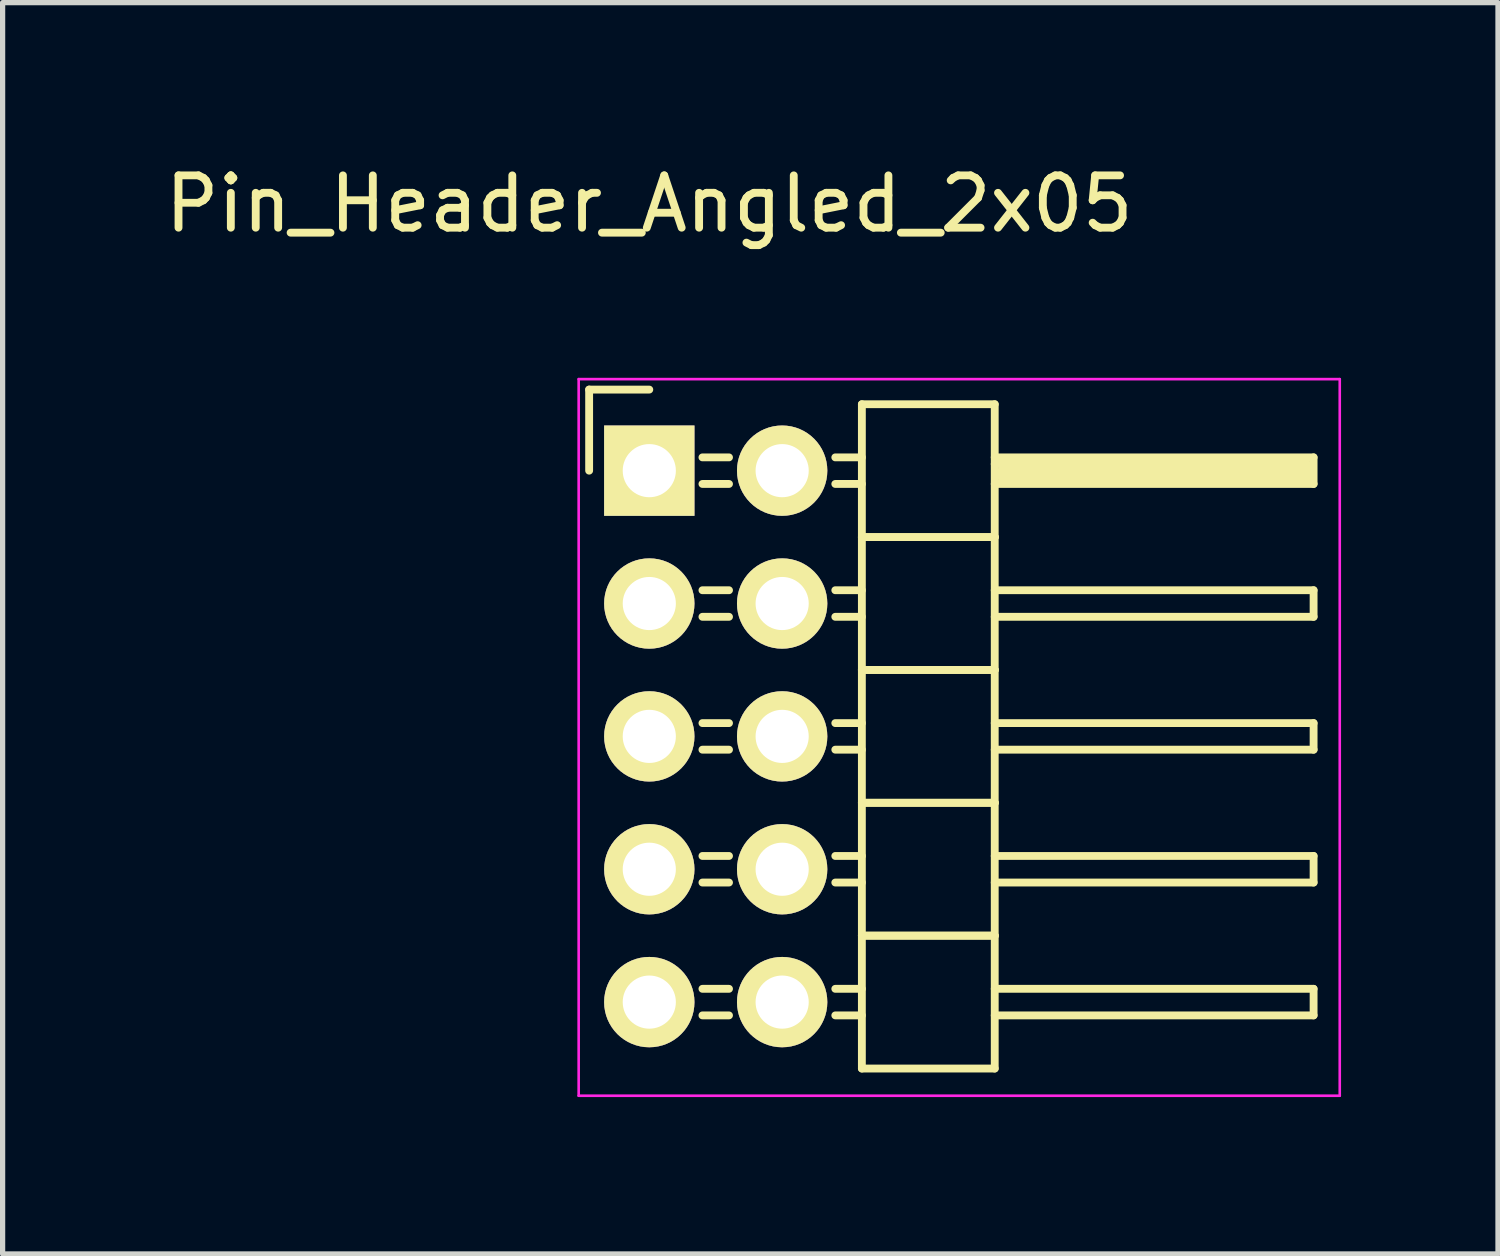
<source format=kicad_pcb>
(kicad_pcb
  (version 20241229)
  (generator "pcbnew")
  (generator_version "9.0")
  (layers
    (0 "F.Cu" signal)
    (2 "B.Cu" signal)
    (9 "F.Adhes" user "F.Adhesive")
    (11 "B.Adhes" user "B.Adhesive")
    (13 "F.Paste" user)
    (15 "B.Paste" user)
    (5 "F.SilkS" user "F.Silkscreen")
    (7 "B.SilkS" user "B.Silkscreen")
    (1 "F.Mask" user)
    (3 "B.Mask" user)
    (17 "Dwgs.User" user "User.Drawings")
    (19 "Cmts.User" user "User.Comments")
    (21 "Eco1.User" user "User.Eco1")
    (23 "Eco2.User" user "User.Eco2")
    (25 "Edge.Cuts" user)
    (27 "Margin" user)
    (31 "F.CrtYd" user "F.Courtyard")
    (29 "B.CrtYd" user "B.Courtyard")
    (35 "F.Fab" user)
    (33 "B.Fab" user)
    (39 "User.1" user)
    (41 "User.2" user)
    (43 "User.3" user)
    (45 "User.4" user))
  (footprint "Pin_Header_Angled_2x05"
    (layer "F.Cu")
    (at 9.363 5.948)
    (property "Reference" "Pin_Header_Angled_2x05" (at 0 -5.1 0) (layer "F.SilkS") (effects (font (size 1 1) (thickness 0.15))))
    (attr through_hole)
    (fp_line (start -1.15 -1.55) (end -1.15 0) (stroke (width 0.15) (type solid)) (layer "F.SilkS"))
    (fp_line (start 0 -1.55) (end -1.15 -1.55) (stroke (width 0.15) (type solid)) (layer "F.SilkS"))
    (fp_line (start 1.524 -0.254) (end 1.016 -0.254) (stroke (width 0.15) (type solid)) (layer "F.SilkS"))
    (fp_line (start 1.524 0.254) (end 1.016 0.254) (stroke (width 0.15) (type solid)) (layer "F.SilkS"))
    (fp_line (start 1.524 2.286) (end 1.016 2.286) (stroke (width 0.15) (type solid)) (layer "F.SilkS"))
    (fp_line (start 1.524 2.794) (end 1.016 2.794) (stroke (width 0.15) (type solid)) (layer "F.SilkS"))
    (fp_line (start 1.524 4.826) (end 1.016 4.826) (stroke (width 0.15) (type solid)) (layer "F.SilkS"))
    (fp_line (start 1.524 5.334) (end 1.016 5.334) (stroke (width 0.15) (type solid)) (layer "F.SilkS"))
    (fp_line (start 1.524 7.366) (end 1.016 7.366) (stroke (width 0.15) (type solid)) (layer "F.SilkS"))
    (fp_line (start 1.524 7.874) (end 1.016 7.874) (stroke (width 0.15) (type solid)) (layer "F.SilkS"))
    (fp_line (start 1.524 9.906) (end 1.016 9.906) (stroke (width 0.15) (type solid)) (layer "F.SilkS"))
    (fp_line (start 1.524 10.414) (end 1.016 10.414) (stroke (width 0.15) (type solid)) (layer "F.SilkS"))
    (fp_line (start 4.064 -1.27) (end 4.064 1.27) (stroke (width 0.15) (type solid)) (layer "F.SilkS"))
    (fp_line (start 4.064 -1.27) (end 6.604 -1.27) (stroke (width 0.15) (type solid)) (layer "F.SilkS"))
    (fp_line (start 4.064 -0.254) (end 3.556 -0.254) (stroke (width 0.15) (type solid)) (layer "F.SilkS"))
    (fp_line (start 4.064 0.254) (end 3.556 0.254) (stroke (width 0.15) (type solid)) (layer "F.SilkS"))
    (fp_line (start 4.064 1.27) (end 4.064 3.81) (stroke (width 0.15) (type solid)) (layer "F.SilkS"))
    (fp_line (start 4.064 1.27) (end 6.604 1.27) (stroke (width 0.15) (type solid)) (layer "F.SilkS"))
    (fp_line (start 4.064 1.27) (end 6.604 1.27) (stroke (width 0.15) (type solid)) (layer "F.SilkS"))
    (fp_line (start 4.064 2.286) (end 3.556 2.286) (stroke (width 0.15) (type solid)) (layer "F.SilkS"))
    (fp_line (start 4.064 2.794) (end 3.556 2.794) (stroke (width 0.15) (type solid)) (layer "F.SilkS"))
    (fp_line (start 4.064 3.81) (end 4.064 6.35) (stroke (width 0.15) (type solid)) (layer "F.SilkS"))
    (fp_line (start 4.064 3.81) (end 6.604 3.81) (stroke (width 0.15) (type solid)) (layer "F.SilkS"))
    (fp_line (start 4.064 3.81) (end 6.604 3.81) (stroke (width 0.15) (type solid)) (layer "F.SilkS"))
    (fp_line (start 4.064 4.826) (end 3.556 4.826) (stroke (width 0.15) (type solid)) (layer "F.SilkS"))
    (fp_line (start 4.064 5.334) (end 3.556 5.334) (stroke (width 0.15) (type solid)) (layer "F.SilkS"))
    (fp_line (start 4.064 6.35) (end 4.064 8.89) (stroke (width 0.15) (type solid)) (layer "F.SilkS"))
    (fp_line (start 4.064 6.35) (end 6.604 6.35) (stroke (width 0.15) (type solid)) (layer "F.SilkS"))
    (fp_line (start 4.064 6.35) (end 6.604 6.35) (stroke (width 0.15) (type solid)) (layer "F.SilkS"))
    (fp_line (start 4.064 7.366) (end 3.556 7.366) (stroke (width 0.15) (type solid)) (layer "F.SilkS"))
    (fp_line (start 4.064 7.874) (end 3.556 7.874) (stroke (width 0.15) (type solid)) (layer "F.SilkS"))
    (fp_line (start 4.064 8.89) (end 4.064 11.43) (stroke (width 0.15) (type solid)) (layer "F.SilkS"))
    (fp_line (start 4.064 8.89) (end 6.604 8.89) (stroke (width 0.15) (type solid)) (layer "F.SilkS"))
    (fp_line (start 4.064 8.89) (end 6.604 8.89) (stroke (width 0.15) (type solid)) (layer "F.SilkS"))
    (fp_line (start 4.064 9.906) (end 3.556 9.906) (stroke (width 0.15) (type solid)) (layer "F.SilkS"))
    (fp_line (start 4.064 10.414) (end 3.556 10.414) (stroke (width 0.15) (type solid)) (layer "F.SilkS"))
    (fp_line (start 4.064 11.43) (end 6.604 11.43) (stroke (width 0.15) (type solid)) (layer "F.SilkS"))
    (fp_line (start 6.604 -0.254) (end 12.7 -0.254) (stroke (width 0.15) (type solid)) (layer "F.SilkS"))
    (fp_line (start 6.604 -0.127) (end 12.573 -0.127) (stroke (width 0.15) (type solid)) (layer "F.SilkS"))
    (fp_line (start 6.604 1.27) (end 6.604 -1.27) (stroke (width 0.15) (type solid)) (layer "F.SilkS"))
    (fp_line (start 6.604 2.286) (end 12.7 2.286) (stroke (width 0.15) (type solid)) (layer "F.SilkS"))
    (fp_line (start 6.604 3.81) (end 6.604 1.27) (stroke (width 0.15) (type solid)) (layer "F.SilkS"))
    (fp_line (start 6.604 4.826) (end 12.7 4.826) (stroke (width 0.15) (type solid)) (layer "F.SilkS"))
    (fp_line (start 6.604 6.35) (end 6.604 3.81) (stroke (width 0.15) (type solid)) (layer "F.SilkS"))
    (fp_line (start 6.604 7.366) (end 12.7 7.366) (stroke (width 0.15) (type solid)) (layer "F.SilkS"))
    (fp_line (start 6.604 8.89) (end 6.604 6.35) (stroke (width 0.15) (type solid)) (layer "F.SilkS"))
    (fp_line (start 6.604 9.906) (end 12.7 9.906) (stroke (width 0.15) (type solid)) (layer "F.SilkS"))
    (fp_line (start 6.604 11.43) (end 6.604 8.89) (stroke (width 0.15) (type solid)) (layer "F.SilkS"))
    (fp_line (start 6.731 0) (end 12.573 0) (stroke (width 0.15) (type solid)) (layer "F.SilkS"))
    (fp_line (start 6.731 0.127) (end 6.731 0) (stroke (width 0.15) (type solid)) (layer "F.SilkS"))
    (fp_line (start 12.573 -0.127) (end 12.573 0.127) (stroke (width 0.15) (type solid)) (layer "F.SilkS"))
    (fp_line (start 12.573 0.127) (end 6.731 0.127) (stroke (width 0.15) (type solid)) (layer "F.SilkS"))
    (fp_line (start 12.7 -0.254) (end 12.7 0.254) (stroke (width 0.15) (type solid)) (layer "F.SilkS"))
    (fp_line (start 12.7 0.254) (end 6.604 0.254) (stroke (width 0.15) (type solid)) (layer "F.SilkS"))
    (fp_line (start 12.7 2.286) (end 12.7 2.794) (stroke (width 0.15) (type solid)) (layer "F.SilkS"))
    (fp_line (start 12.7 2.794) (end 6.604 2.794) (stroke (width 0.15) (type solid)) (layer "F.SilkS"))
    (fp_line (start 12.7 4.826) (end 12.7 5.334) (stroke (width 0.15) (type solid)) (layer "F.SilkS"))
    (fp_line (start 12.7 5.334) (end 6.604 5.334) (stroke (width 0.15) (type solid)) (layer "F.SilkS"))
    (fp_line (start 12.7 7.366) (end 12.7 7.874) (stroke (width 0.15) (type solid)) (layer "F.SilkS"))
    (fp_line (start 12.7 7.874) (end 6.604 7.874) (stroke (width 0.15) (type solid)) (layer "F.SilkS"))
    (fp_line (start 12.7 9.906) (end 12.7 10.414) (stroke (width 0.15) (type solid)) (layer "F.SilkS"))
    (fp_line (start 12.7 10.414) (end 6.604 10.414) (stroke (width 0.15) (type solid)) (layer "F.SilkS"))
    (fp_line (start -1.35 -1.75) (end -1.35 11.95) (stroke (width 0.05) (type solid)) (layer "F.CrtYd"))
    (fp_line (start -1.35 -1.75) (end 13.2 -1.75) (stroke (width 0.05) (type solid)) (layer "F.CrtYd"))
    (fp_line (start -1.35 11.95) (end 13.2 11.95) (stroke (width 0.05) (type solid)) (layer "F.CrtYd"))
    (fp_line (start 13.2 -1.75) (end 13.2 11.95) (stroke (width 0.05) (type solid)) (layer "F.CrtYd"))
    (pad "1" thru_hole rect (at 0 0) (size 1.727 1.727) (drill 1.016) (layers "*.Cu" "*.Mask" "F.SilkS"))
    (pad "2" thru_hole oval (at 2.54 0) (size 1.727 1.727) (drill 1.016) (layers "*.Cu" "*.Mask" "F.SilkS"))
    (pad "3" thru_hole oval (at 0 2.54) (size 1.727 1.727) (drill 1.016) (layers "*.Cu" "*.Mask" "F.SilkS"))
    (pad "4" thru_hole oval (at 2.54 2.54) (size 1.727 1.727) (drill 1.016) (layers "*.Cu" "*.Mask" "F.SilkS"))
    (pad "5" thru_hole oval (at 0 5.08) (size 1.727 1.727) (drill 1.016) (layers "*.Cu" "*.Mask" "F.SilkS"))
    (pad "6" thru_hole oval (at 2.54 5.08) (size 1.727 1.727) (drill 1.016) (layers "*.Cu" "*.Mask" "F.SilkS"))
    (pad "7" thru_hole oval (at 0 7.62) (size 1.727 1.727) (drill 1.016) (layers "*.Cu" "*.Mask" "F.SilkS"))
    (pad "8" thru_hole oval (at 2.54 7.62) (size 1.727 1.727) (drill 1.016) (layers "*.Cu" "*.Mask" "F.SilkS"))
    (pad "9" thru_hole oval (at 0 10.16) (size 1.727 1.727) (drill 1.016) (layers "*.Cu" "*.Mask" "F.SilkS"))
    (pad "10" thru_hole oval (at 2.54 10.16) (size 1.727 1.727) (drill 1.016) (layers "*.Cu" "*.Mask" "F.SilkS")))
  (gr_rect
    (start -3 -3)
    (end 25.588 20.923)
    (stroke (width 0.1) (type default))
    (fill no)
    (layer "Edge.Cuts")))
</source>
